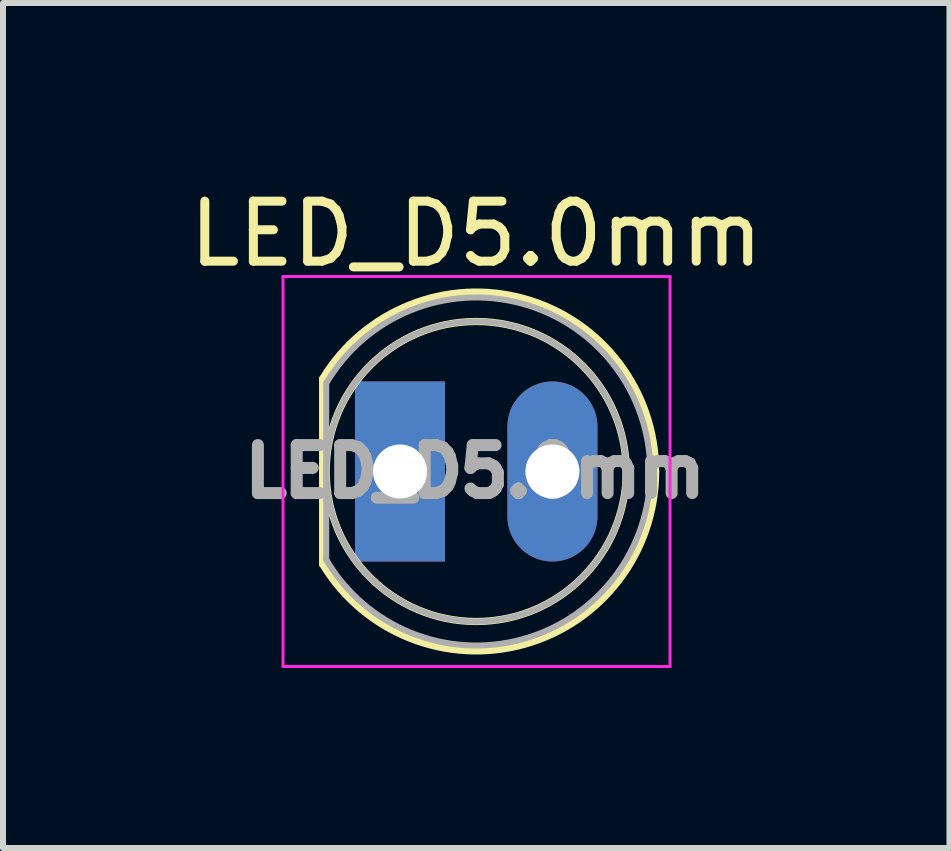
<source format=kicad_pcb>
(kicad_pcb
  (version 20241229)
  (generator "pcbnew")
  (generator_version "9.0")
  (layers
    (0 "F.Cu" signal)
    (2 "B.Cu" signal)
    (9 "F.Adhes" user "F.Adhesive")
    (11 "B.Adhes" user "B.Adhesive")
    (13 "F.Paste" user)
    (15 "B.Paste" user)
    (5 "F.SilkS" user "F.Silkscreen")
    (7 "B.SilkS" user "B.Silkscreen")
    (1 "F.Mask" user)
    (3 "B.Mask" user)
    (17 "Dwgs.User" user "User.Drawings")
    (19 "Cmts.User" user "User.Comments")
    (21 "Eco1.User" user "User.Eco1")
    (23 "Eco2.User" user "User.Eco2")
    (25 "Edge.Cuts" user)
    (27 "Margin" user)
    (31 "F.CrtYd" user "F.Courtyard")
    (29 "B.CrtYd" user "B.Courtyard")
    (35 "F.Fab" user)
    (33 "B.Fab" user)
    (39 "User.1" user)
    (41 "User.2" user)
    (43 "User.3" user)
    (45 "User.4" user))
  (footprint "LED_D5.0mm"
    (layer "F.Cu")
    (at 4.887 4.808)
    (property "Reference" "LED_D5.0mm" (at 0 -3.96 0) (layer "F.SilkS") (effects (font (size 1 1) (thickness 0.15))))
    (attr through_hole)
    (fp_line (start -2.56 -1.545) (end -2.56 1.545) (stroke (width 0.12) (type solid)) (layer "F.SilkS"))
    (fp_arc (start -2.56 -1.54483) (mid 0.802002 -2.880433) (end 2.99 0.000462) (stroke (width 0.12) (type solid)) (layer "F.SilkS"))
    (fp_arc (start 2.99 -0.000462) (mid 0.802002 2.880433) (end -2.56 1.54483) (stroke (width 0.12) (type solid)) (layer "F.SilkS"))
    (fp_circle (center 0 0) (end 2.5 0) (stroke (width 0.12) (type solid)) (fill no) (layer "F.SilkS"))
    (fp_line (start -3.22 -3.25) (end -3.22 3.25) (stroke (width 0.05) (type solid)) (layer "F.CrtYd"))
    (fp_line (start -3.22 3.25) (end 3.23 3.25) (stroke (width 0.05) (type solid)) (layer "F.CrtYd"))
    (fp_line (start 3.23 -3.25) (end -3.22 -3.25) (stroke (width 0.05) (type solid)) (layer "F.CrtYd"))
    (fp_line (start 3.23 3.25) (end 3.23 -3.25) (stroke (width 0.05) (type solid)) (layer "F.CrtYd"))
    (fp_line (start -2.5 -1.47) (end -2.5 1.47) (stroke (width 0.1) (type solid)) (layer "F.Fab"))
    (fp_arc (start -2.5 -1.469694) (mid 2.9 0.000016) (end -2.500016 1.469666) (stroke (width 0.1) (type solid)) (layer "F.Fab"))
    (fp_circle (center 0 0) (end 2.5 0) (stroke (width 0.1) (type solid)) (fill no) (layer "F.Fab"))
    (fp_text user "${REFERENCE}" (at -0.02 0 0) (layer "F.Fab") (effects (font (size 0.8 0.8) (thickness 0.2))))
    (pad "1" thru_hole rect (at -1.27 0) (size 1.5 3) (drill 0.9) (layers "*.Cu" "*.Mask"))
    (pad "2" thru_hole oval (at 1.27 0) (size 1.5 3) (drill 0.9) (layers "*.Cu" "*.Mask")))
  (gr_rect
    (start -3 -3)
    (end 12.774 11.083)
    (stroke (width 0.1) (type default))
    (fill no)
    (layer "Edge.Cuts")))
</source>
